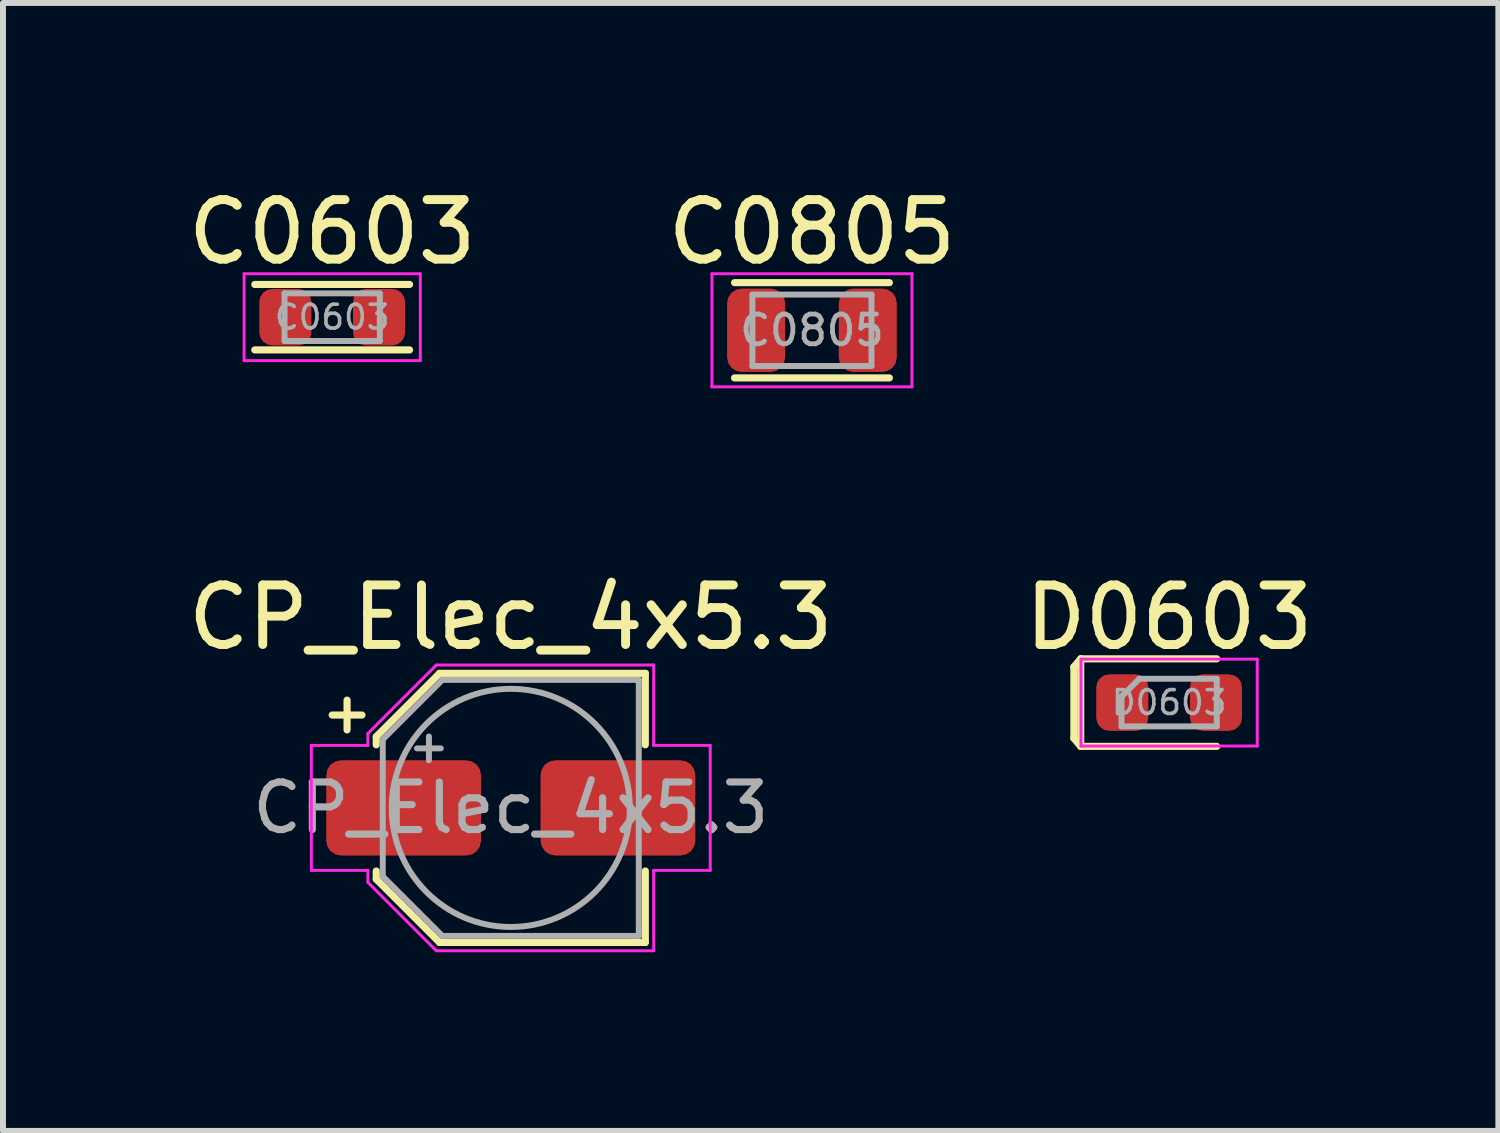
<source format=kicad_pcb>
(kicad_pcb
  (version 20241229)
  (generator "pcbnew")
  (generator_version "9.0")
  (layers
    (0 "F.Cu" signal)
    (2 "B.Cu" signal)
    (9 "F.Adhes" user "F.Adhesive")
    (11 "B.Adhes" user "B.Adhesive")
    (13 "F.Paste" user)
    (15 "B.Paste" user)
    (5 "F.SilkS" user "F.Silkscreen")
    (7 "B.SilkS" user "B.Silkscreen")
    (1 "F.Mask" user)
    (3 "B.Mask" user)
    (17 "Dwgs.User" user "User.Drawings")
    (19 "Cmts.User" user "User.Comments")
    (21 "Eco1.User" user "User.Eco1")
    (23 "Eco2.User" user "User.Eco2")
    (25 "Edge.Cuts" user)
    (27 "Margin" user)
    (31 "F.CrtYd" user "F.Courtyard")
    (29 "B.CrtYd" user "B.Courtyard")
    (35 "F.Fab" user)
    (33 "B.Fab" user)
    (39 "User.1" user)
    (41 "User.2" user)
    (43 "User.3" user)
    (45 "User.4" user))
  (footprint "C0805"
    (layer "F.Cu")
    (at 10.589 2.498)
    (property "Reference" "C0805" (at 0 -1.65 0) (layer "F.SilkS") (effects (font (size 1 1) (thickness 0.15))))
    (attr smd)
    (fp_line (start -1.3 -0.8) (end 1.3 -0.8) (stroke (width 0.12) (type solid)) (layer "F.SilkS"))
    (fp_line (start -1.3 0.8) (end 1.3 0.8) (stroke (width 0.12) (type solid)) (layer "F.SilkS"))
    (fp_line (start -1.68 -0.95) (end 1.68 -0.95) (stroke (width 0.05) (type solid)) (layer "F.CrtYd"))
    (fp_line (start -1.68 0.95) (end -1.68 -0.95) (stroke (width 0.05) (type solid)) (layer "F.CrtYd"))
    (fp_line (start 1.68 -0.95) (end 1.68 0.95) (stroke (width 0.05) (type solid)) (layer "F.CrtYd"))
    (fp_line (start 1.68 0.95) (end -1.68 0.95) (stroke (width 0.05) (type solid)) (layer "F.CrtYd"))
    (fp_line (start -1 -0.6) (end 1 -0.6) (stroke (width 0.1) (type solid)) (layer "F.Fab"))
    (fp_line (start -1 0.6) (end -1 -0.6) (stroke (width 0.1) (type solid)) (layer "F.Fab"))
    (fp_line (start 1 -0.6) (end 1 0.6) (stroke (width 0.1) (type solid)) (layer "F.Fab"))
    (fp_line (start 1 0.6) (end -1 0.6) (stroke (width 0.1) (type solid)) (layer "F.Fab"))
    (fp_text user "${REFERENCE}" (at 0 0 0) (layer "F.Fab") (effects (font (size 0.5 0.5) (thickness 0.08))))
    (pad "1" smd roundrect (at -0.938 0) (size 0.975 1.4) (layers "F.Cu" "F.Mask" "F.Paste") (roundrect_rratio 0.25))
    (pad "2" smd roundrect (at 0.938 0) (size 0.975 1.4) (layers "F.Cu" "F.Mask" "F.Paste") (roundrect_rratio 0.25)))
  (footprint "C0603"
    (layer "F.Cu")
    (at 2.53 2.278)
    (property "Reference" "C0603" (at 0 -1.43 0) (layer "F.SilkS") (effects (font (size 1 1) (thickness 0.15))))
    (attr smd)
    (fp_line (start -1.3 -0.55) (end 1.3 -0.55) (stroke (width 0.12) (type solid)) (layer "F.SilkS"))
    (fp_line (start -1.3 0.55) (end 1.3 0.55) (stroke (width 0.12) (type solid)) (layer "F.SilkS"))
    (fp_line (start -1.48 -0.73) (end 1.48 -0.73) (stroke (width 0.05) (type solid)) (layer "F.CrtYd"))
    (fp_line (start -1.48 0.73) (end -1.48 -0.73) (stroke (width 0.05) (type solid)) (layer "F.CrtYd"))
    (fp_line (start 1.48 -0.73) (end 1.48 0.73) (stroke (width 0.05) (type solid)) (layer "F.CrtYd"))
    (fp_line (start 1.48 0.73) (end -1.48 0.73) (stroke (width 0.05) (type solid)) (layer "F.CrtYd"))
    (fp_line (start -0.8 -0.4) (end 0.8 -0.4) (stroke (width 0.1) (type solid)) (layer "F.Fab"))
    (fp_line (start -0.8 0.4) (end -0.8 -0.4) (stroke (width 0.1) (type solid)) (layer "F.Fab"))
    (fp_line (start 0.8 -0.4) (end 0.8 0.4) (stroke (width 0.1) (type solid)) (layer "F.Fab"))
    (fp_line (start 0.8 0.4) (end -0.8 0.4) (stroke (width 0.1) (type solid)) (layer "F.Fab"))
    (fp_text user "${REFERENCE}" (at 0 0 0) (layer "F.Fab") (effects (font (size 0.4 0.4) (thickness 0.06))))
    (pad "1" smd roundrect (at -0.787 0) (size 0.875 0.95) (layers "F.Cu" "F.Mask" "F.Paste") (roundrect_rratio 0.25))
    (pad "2" smd roundrect (at 0.787 0) (size 0.875 0.95) (layers "F.Cu" "F.Mask" "F.Paste") (roundrect_rratio 0.25)))
  (footprint "CP_Elec_4x5.3"
    (layer "F.Cu")
    (at 5.53 10.521)
    (property "Reference" "CP_Elec_4x5.3" (at 0 -3.2 0) (layer "F.SilkS") (effects (font (size 1 1) (thickness 0.15))))
    (attr smd)
    (fp_line (start -3 -1.56) (end -2.5 -1.56) (stroke (width 0.12) (type solid)) (layer "F.SilkS"))
    (fp_line (start -2.75 -1.81) (end -2.75 -1.31) (stroke (width 0.12) (type solid)) (layer "F.SilkS"))
    (fp_line (start -2.26 -1.196) (end -2.26 -1.06) (stroke (width 0.12) (type solid)) (layer "F.SilkS"))
    (fp_line (start -2.26 -1.196) (end -1.196 -2.26) (stroke (width 0.12) (type solid)) (layer "F.SilkS"))
    (fp_line (start -2.26 1.196) (end -2.26 1.06) (stroke (width 0.12) (type solid)) (layer "F.SilkS"))
    (fp_line (start -2.26 1.196) (end -1.196 2.26) (stroke (width 0.12) (type solid)) (layer "F.SilkS"))
    (fp_line (start -1.196 -2.26) (end 2.26 -2.26) (stroke (width 0.12) (type solid)) (layer "F.SilkS"))
    (fp_line (start -1.196 2.26) (end 2.26 2.26) (stroke (width 0.12) (type solid)) (layer "F.SilkS"))
    (fp_line (start 2.26 -2.26) (end 2.26 -1.06) (stroke (width 0.12) (type solid)) (layer "F.SilkS"))
    (fp_line (start 2.26 2.26) (end 2.26 1.06) (stroke (width 0.12) (type solid)) (layer "F.SilkS"))
    (fp_line (start -3.35 -1.05) (end -3.35 1.05) (stroke (width 0.05) (type solid)) (layer "F.CrtYd"))
    (fp_line (start -3.35 1.05) (end -2.4 1.05) (stroke (width 0.05) (type solid)) (layer "F.CrtYd"))
    (fp_line (start -2.4 -1.25) (end -2.4 -1.05) (stroke (width 0.05) (type solid)) (layer "F.CrtYd"))
    (fp_line (start -2.4 -1.25) (end -1.25 -2.4) (stroke (width 0.05) (type solid)) (layer "F.CrtYd"))
    (fp_line (start -2.4 -1.05) (end -3.35 -1.05) (stroke (width 0.05) (type solid)) (layer "F.CrtYd"))
    (fp_line (start -2.4 1.05) (end -2.4 1.25) (stroke (width 0.05) (type solid)) (layer "F.CrtYd"))
    (fp_line (start -2.4 1.25) (end -1.25 2.4) (stroke (width 0.05) (type solid)) (layer "F.CrtYd"))
    (fp_line (start -1.25 -2.4) (end 2.4 -2.4) (stroke (width 0.05) (type solid)) (layer "F.CrtYd"))
    (fp_line (start -1.25 2.4) (end 2.4 2.4) (stroke (width 0.05) (type solid)) (layer "F.CrtYd"))
    (fp_line (start 2.4 -2.4) (end 2.4 -1.05) (stroke (width 0.05) (type solid)) (layer "F.CrtYd"))
    (fp_line (start 2.4 -1.05) (end 3.35 -1.05) (stroke (width 0.05) (type solid)) (layer "F.CrtYd"))
    (fp_line (start 2.4 1.05) (end 2.4 2.4) (stroke (width 0.05) (type solid)) (layer "F.CrtYd"))
    (fp_line (start 3.35 -1.05) (end 3.35 1.05) (stroke (width 0.05) (type solid)) (layer "F.CrtYd"))
    (fp_line (start 3.35 1.05) (end 2.4 1.05) (stroke (width 0.05) (type solid)) (layer "F.CrtYd"))
    (fp_line (start -2.15 -1.15) (end -2.15 1.15) (stroke (width 0.1) (type solid)) (layer "F.Fab"))
    (fp_line (start -2.15 -1.15) (end -1.15 -2.15) (stroke (width 0.1) (type solid)) (layer "F.Fab"))
    (fp_line (start -2.15 1.15) (end -1.15 2.15) (stroke (width 0.1) (type solid)) (layer "F.Fab"))
    (fp_line (start -1.575 -1) (end -1.175 -1) (stroke (width 0.1) (type solid)) (layer "F.Fab"))
    (fp_line (start -1.375 -1.2) (end -1.375 -0.8) (stroke (width 0.1) (type solid)) (layer "F.Fab"))
    (fp_line (start -1.15 -2.15) (end 2.15 -2.15) (stroke (width 0.1) (type solid)) (layer "F.Fab"))
    (fp_line (start -1.15 2.15) (end 2.15 2.15) (stroke (width 0.1) (type solid)) (layer "F.Fab"))
    (fp_line (start 2.15 -2.15) (end 2.15 2.15) (stroke (width 0.1) (type solid)) (layer "F.Fab"))
    (fp_circle (center 0 0) (end 2 0) (stroke (width 0.1) (type solid)) (fill no) (layer "F.Fab"))
    (fp_text user "${REFERENCE}" (at 0 0 0) (layer "F.Fab") (effects (font (size 0.8 0.8) (thickness 0.12))))
    (pad "1" smd roundrect (at -1.8 0) (size 2.6 1.6) (layers "F.Cu" "F.Mask" "F.Paste") (roundrect_rratio 0.156))
    (pad "2" smd roundrect (at 1.8 0) (size 2.6 1.6) (layers "F.Cu" "F.Mask" "F.Paste") (roundrect_rratio 0.156)))
  (footprint "D0603"
    (layer "F.Cu")
    (at 16.589 8.752)
    (property "Reference" "D0603" (at 0 -1.43 0) (layer "F.SilkS") (effects (font (size 1 1) (thickness 0.15))))
    (attr smd)
    (fp_line (start -1.6 -0.6) (end -1.6 0.6) (stroke (width 0.12) (type solid)) (layer "F.SilkS"))
    (fp_line (start -1.6 0.6) (end -1.485 0.735) (stroke (width 0.12) (type solid)) (layer "F.SilkS"))
    (fp_line (start -1.485 -0.735) (end -1.6 -0.6) (stroke (width 0.12) (type solid)) (layer "F.SilkS"))
    (fp_line (start -1.485 -0.735) (end -1.485 0.735) (stroke (width 0.12) (type solid)) (layer "F.SilkS"))
    (fp_line (start -1.485 0.735) (end 0.8 0.735) (stroke (width 0.12) (type solid)) (layer "F.SilkS"))
    (fp_line (start 0.8 -0.735) (end -1.485 -0.735) (stroke (width 0.12) (type solid)) (layer "F.SilkS"))
    (fp_line (start -1.48 -0.73) (end 1.48 -0.73) (stroke (width 0.05) (type solid)) (layer "F.CrtYd"))
    (fp_line (start -1.48 0.73) (end -1.48 -0.73) (stroke (width 0.05) (type solid)) (layer "F.CrtYd"))
    (fp_line (start 1.48 -0.73) (end 1.48 0.73) (stroke (width 0.05) (type solid)) (layer "F.CrtYd"))
    (fp_line (start 1.48 0.73) (end -1.48 0.73) (stroke (width 0.05) (type solid)) (layer "F.CrtYd"))
    (fp_line (start -0.8 -0.1) (end -0.8 0.4) (stroke (width 0.1) (type solid)) (layer "F.Fab"))
    (fp_line (start -0.8 0.4) (end 0.8 0.4) (stroke (width 0.1) (type solid)) (layer "F.Fab"))
    (fp_line (start -0.5 -0.4) (end -0.8 -0.1) (stroke (width 0.1) (type solid)) (layer "F.Fab"))
    (fp_line (start 0.8 -0.4) (end -0.5 -0.4) (stroke (width 0.1) (type solid)) (layer "F.Fab"))
    (fp_line (start 0.8 0.4) (end 0.8 -0.4) (stroke (width 0.1) (type solid)) (layer "F.Fab"))
    (fp_text user "${REFERENCE}" (at 0 0 0) (layer "F.Fab") (effects (font (size 0.4 0.4) (thickness 0.06))))
    (pad "1" smd roundrect (at -0.787 0) (size 0.875 0.95) (layers "F.Cu" "F.Mask" "F.Paste") (roundrect_rratio 0.25))
    (pad "2" smd roundrect (at 0.787 0) (size 0.875 0.95) (layers "F.Cu" "F.Mask" "F.Paste") (roundrect_rratio 0.25)))
  (gr_rect
    (start -3 -3)
    (end 22.119 15.947)
    (stroke (width 0.1) (type default))
    (fill no)
    (layer "Edge.Cuts")))
</source>
